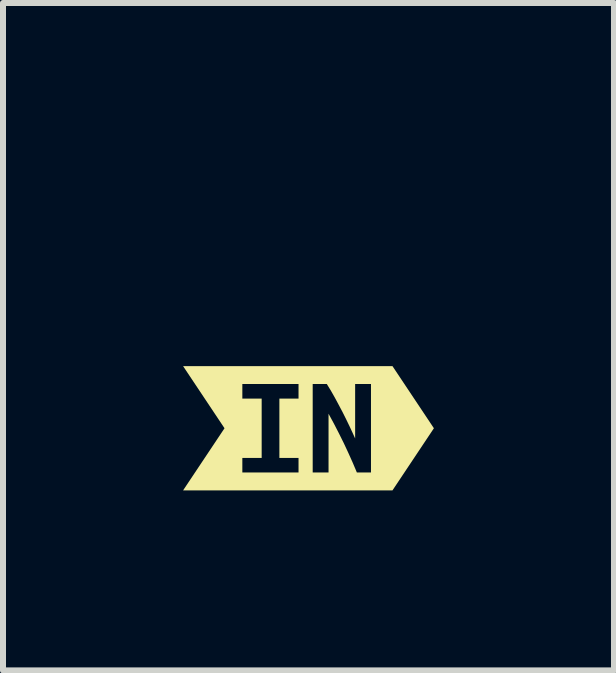
<source format=kicad_pcb>
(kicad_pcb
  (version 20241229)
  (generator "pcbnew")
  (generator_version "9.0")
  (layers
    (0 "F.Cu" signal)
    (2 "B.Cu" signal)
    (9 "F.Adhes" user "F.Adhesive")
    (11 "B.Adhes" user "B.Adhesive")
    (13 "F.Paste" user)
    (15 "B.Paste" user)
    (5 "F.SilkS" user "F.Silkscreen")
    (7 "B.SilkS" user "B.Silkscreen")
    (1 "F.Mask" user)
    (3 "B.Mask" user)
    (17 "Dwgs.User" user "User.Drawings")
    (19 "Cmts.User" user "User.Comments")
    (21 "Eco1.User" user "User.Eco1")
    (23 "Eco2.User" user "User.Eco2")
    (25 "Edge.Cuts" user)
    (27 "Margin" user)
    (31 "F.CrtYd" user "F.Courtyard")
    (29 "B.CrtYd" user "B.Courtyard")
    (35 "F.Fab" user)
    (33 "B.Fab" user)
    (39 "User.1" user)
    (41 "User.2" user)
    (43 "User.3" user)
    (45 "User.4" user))
  (footprint "kibuzzard-6461CA60"
    (layer "F.Cu")
    (at 2.089 4.084)
    (property "Reference" "kibuzzard-6461CA60" (at 0 -4.083 180) (layer "F.SilkS") (effects (font (size 0.001 0.001) (thickness 0.15))))
    (attr board_only exclude_from_pos_files exclude_from_bom)
    (fp_poly (pts (xy -1.102 -1.035) (xy -1.399 -1.035) (xy -2.089 -1.035) (xy -1.399 0) (xy -2.089 1.035) (xy -1.399 1.035) (xy -1.102 1.035) (xy -1.102 0.737) (xy -1.102 0.494) (xy -0.78 0.494) (xy -0.78 -0.494) (xy -1.102 -0.494) (xy -1.102 -0.737) (xy -0.166 -0.737) (xy -0.166 -0.494) (xy -0.485 -0.494) (xy -0.485 0.494) (xy -0.166 0.494) (xy -0.166 0.737) (xy -1.102 0.737) (xy -1.102 1.035) (xy 0.806 1.035) (xy 0.806 0.737) (xy 0.737 0.574) (xy 0.664 0.411) (xy 0.588 0.248) (xy 0.507 0.085) (xy 0.423 -0.078) (xy 0.334 -0.242) (xy 0.334 0.737) (xy 0.07 0.737) (xy 0.07 -0.737) (xy 0.305 -0.737) (xy 0.372 -0.628) (xy 0.439 -0.51) (xy 0.505 -0.387) (xy 0.569 -0.266) (xy 0.629 -0.146) (xy 0.685 -0.03) (xy 0.735 0.077) (xy 0.777 0.17) (xy 0.777 -0.737) (xy 1.041 -0.737) (xy 1.041 0.737) (xy 0.806 0.737) (xy 0.806 1.035) (xy 1.102 1.035) (xy 1.399 1.035) (xy 2.089 0) (xy 1.399 -1.035) (xy 1.102 -1.035) (xy -1.102 -1.035)) (stroke (width 0) (type solid)) (fill yes) (layer "F.SilkS")))
  (gr_rect
    (start -3 -3)
    (end 7.178 8.118)
    (stroke (width 0.1) (type default))
    (fill no)
    (layer "Edge.Cuts")))
</source>
